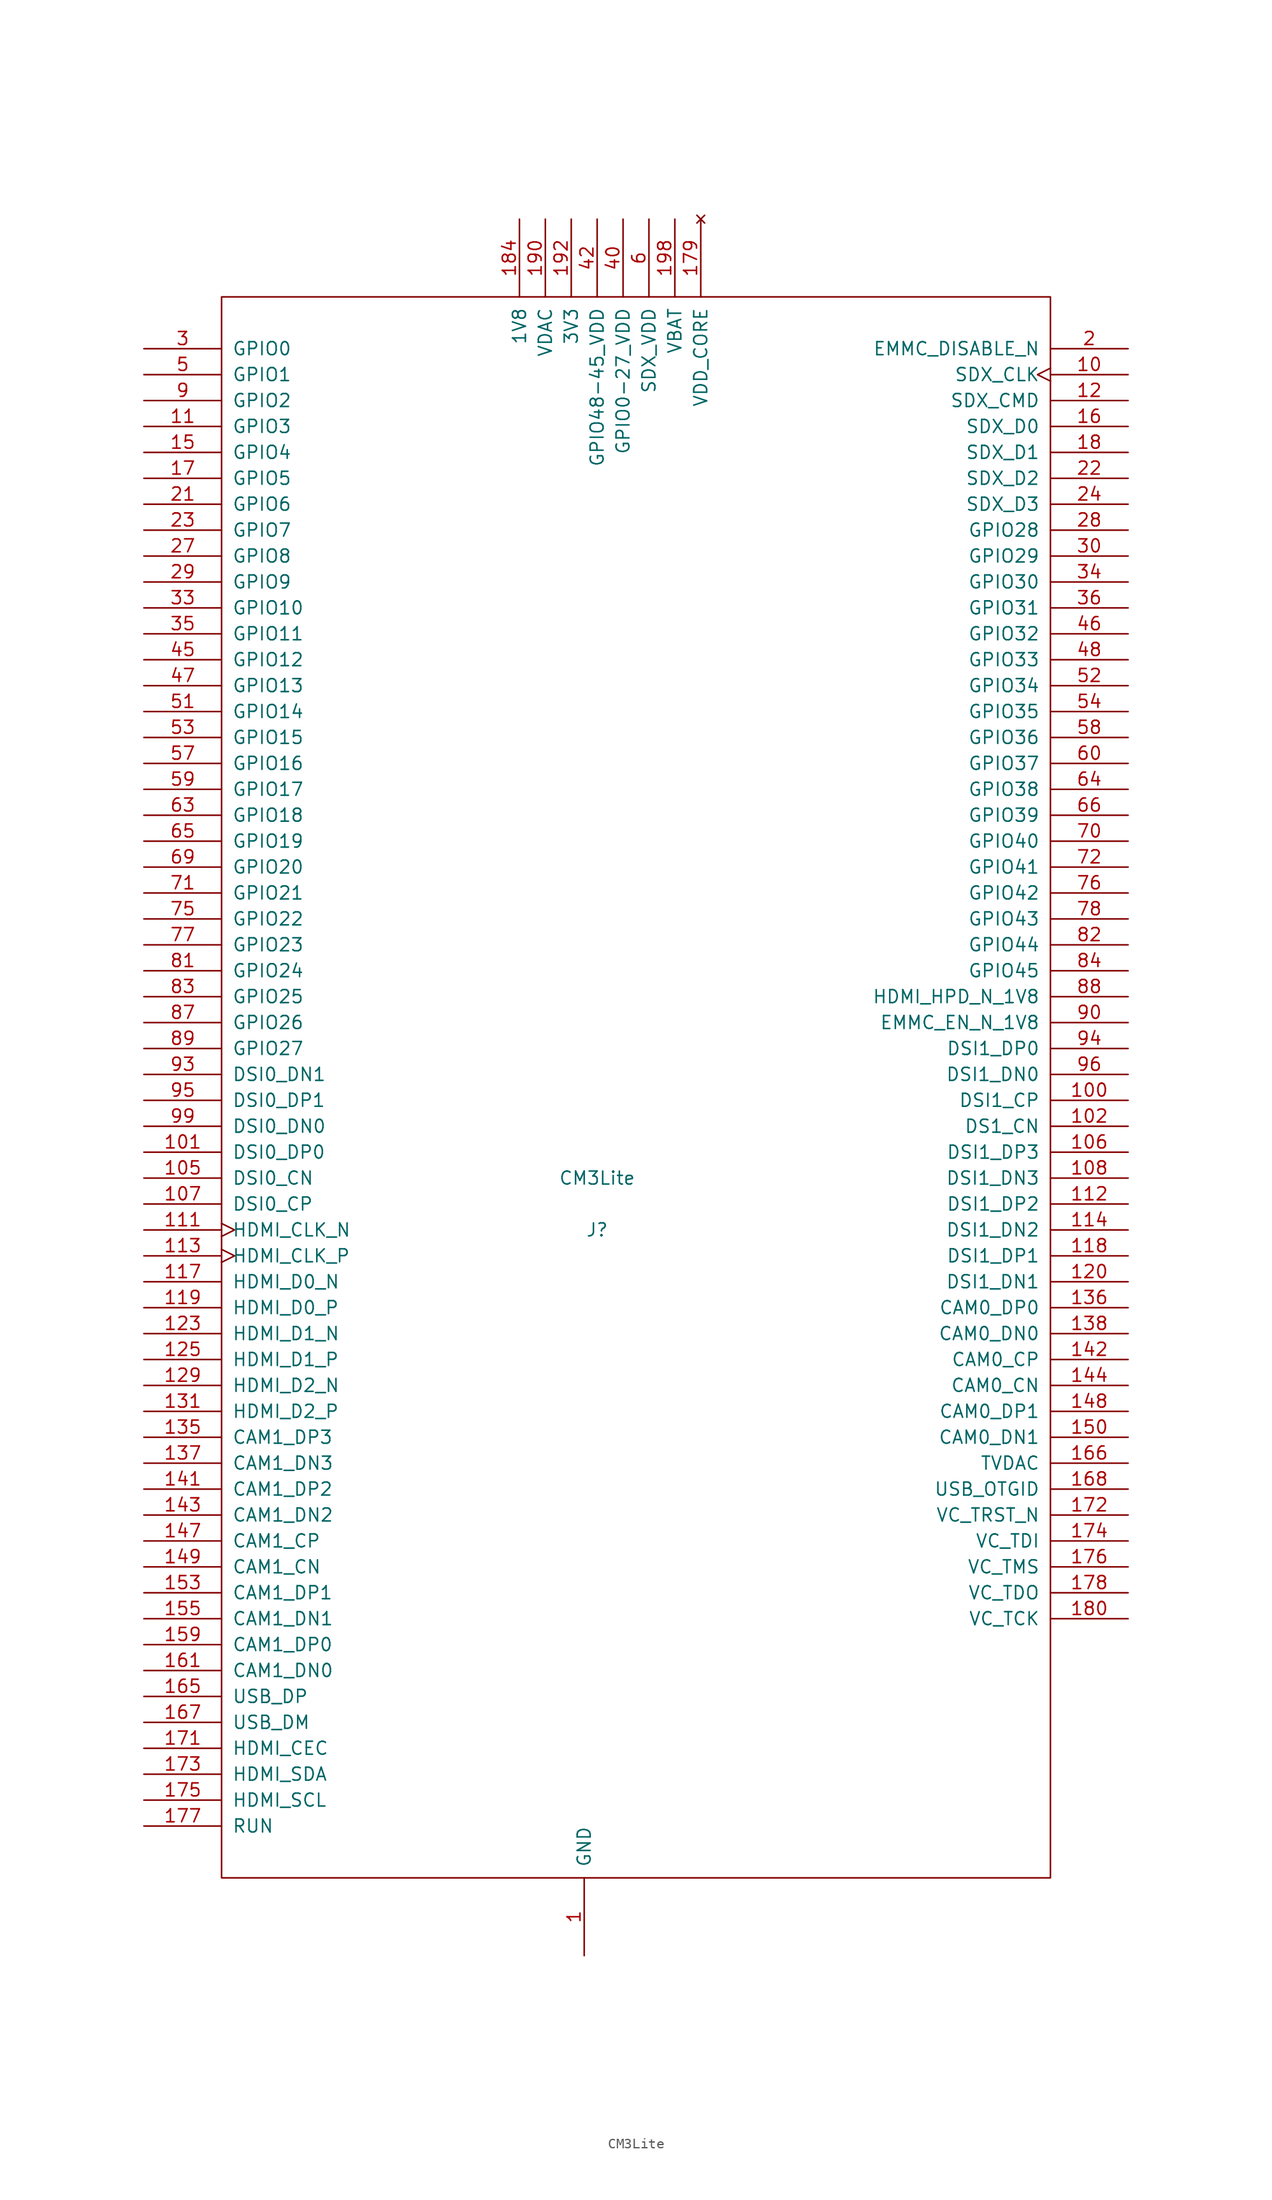
<source format=kicad_sym>
(kicad_symbol_lib
  (version 20241209)
  (generator "kicad_symbol_editor")
  (generator_version "9.0")
  (symbol "CM3Lite"
    (pin_names
      (offset 1.016))
    (property "Reference" "J"
      (at -1.27 -2.54 0)
      (effects (font (size 1.27 1.27))))
    (property "Value" "CM3Lite"
      (at -1.27 2.54 0)
      (effects (font (size 1.27 1.27))))
    (symbol "CM3Lite_1_0"
      (rectangle (start -38.1 -66.04) (end 43.18 88.9) (stroke (width 0) (type solid)) (fill (type none))))
    (symbol "CM3Lite_1_1"
      (pin input line (at -45.72 83.82 0) (length 7.62) (name "GPIO0" (effects (font (size 1.27 1.27)))) (number "3" (effects (font (size 1.27 1.27)))))
      (pin input line (at -45.72 81.28 0) (length 7.62) (name "GPIO1" (effects (font (size 1.27 1.27)))) (number "5" (effects (font (size 1.27 1.27)))))
      (pin input line (at -45.72 78.74 0) (length 7.62) (name "GPIO2" (effects (font (size 1.27 1.27)))) (number "9" (effects (font (size 1.27 1.27)))))
      (pin input line (at -45.72 76.2 0) (length 7.62) (name "GPIO3" (effects (font (size 1.27 1.27)))) (number "11" (effects (font (size 1.27 1.27)))))
      (pin input line (at -45.72 73.66 0) (length 7.62) (name "GPIO4" (effects (font (size 1.27 1.27)))) (number "15" (effects (font (size 1.27 1.27)))))
      (pin input line (at -45.72 71.12 0) (length 7.62) (name "GPIO5" (effects (font (size 1.27 1.27)))) (number "17" (effects (font (size 1.27 1.27)))))
      (pin input line (at -45.72 68.58 0) (length 7.62) (name "GPIO6" (effects (font (size 1.27 1.27)))) (number "21" (effects (font (size 1.27 1.27)))))
      (pin input line (at -45.72 66.04 0) (length 7.62) (name "GPIO7" (effects (font (size 1.27 1.27)))) (number "23" (effects (font (size 1.27 1.27)))))
      (pin input line (at -45.72 63.5 0) (length 7.62) (name "GPIO8" (effects (font (size 1.27 1.27)))) (number "27" (effects (font (size 1.27 1.27)))))
      (pin input line (at -45.72 60.96 0) (length 7.62) (name "GPIO9" (effects (font (size 1.27 1.27)))) (number "29" (effects (font (size 1.27 1.27)))))
      (pin input line (at -45.72 58.42 0) (length 7.62) (name "GPIO10" (effects (font (size 1.27 1.27)))) (number "33" (effects (font (size 1.27 1.27)))))
      (pin input line (at -45.72 55.88 0) (length 7.62) (name "GPIO11" (effects (font (size 1.27 1.27)))) (number "35" (effects (font (size 1.27 1.27)))))
      (pin input line (at -45.72 53.34 0) (length 7.62) (name "GPIO12" (effects (font (size 1.27 1.27)))) (number "45" (effects (font (size 1.27 1.27)))))
      (pin input line (at -45.72 50.8 0) (length 7.62) (name "GPIO13" (effects (font (size 1.27 1.27)))) (number "47" (effects (font (size 1.27 1.27)))))
      (pin input line (at -45.72 48.26 0) (length 7.62) (name "GPIO14" (effects (font (size 1.27 1.27)))) (number "51" (effects (font (size 1.27 1.27)))))
      (pin input line (at -45.72 45.72 0) (length 7.62) (name "GPIO15" (effects (font (size 1.27 1.27)))) (number "53" (effects (font (size 1.27 1.27)))))
      (pin input line (at -45.72 43.18 0) (length 7.62) (name "GPIO16" (effects (font (size 1.27 1.27)))) (number "57" (effects (font (size 1.27 1.27)))))
      (pin input line (at -45.72 40.64 0) (length 7.62) (name "GPIO17" (effects (font (size 1.27 1.27)))) (number "59" (effects (font (size 1.27 1.27)))))
      (pin input line (at -45.72 38.1 0) (length 7.62) (name "GPIO18" (effects (font (size 1.27 1.27)))) (number "63" (effects (font (size 1.27 1.27)))))
      (pin input line (at -45.72 35.56 0) (length 7.62) (name "GPIO19" (effects (font (size 1.27 1.27)))) (number "65" (effects (font (size 1.27 1.27)))))
      (pin input line (at -45.72 33.02 0) (length 7.62) (name "GPIO20" (effects (font (size 1.27 1.27)))) (number "69" (effects (font (size 1.27 1.27)))))
      (pin input line (at -45.72 30.48 0) (length 7.62) (name "GPIO21" (effects (font (size 1.27 1.27)))) (number "71" (effects (font (size 1.27 1.27)))))
      (pin input line (at -45.72 27.94 0) (length 7.62) (name "GPIO22" (effects (font (size 1.27 1.27)))) (number "75" (effects (font (size 1.27 1.27)))))
      (pin input line (at -45.72 25.4 0) (length 7.62) (name "GPIO23" (effects (font (size 1.27 1.27)))) (number "77" (effects (font (size 1.27 1.27)))))
      (pin input line (at -45.72 22.86 0) (length 7.62) (name "GPIO24" (effects (font (size 1.27 1.27)))) (number "81" (effects (font (size 1.27 1.27)))))
      (pin input line (at -45.72 20.32 0) (length 7.62) (name "GPIO25" (effects (font (size 1.27 1.27)))) (number "83" (effects (font (size 1.27 1.27)))))
      (pin input line (at -45.72 17.78 0) (length 7.62) (name "GPIO26" (effects (font (size 1.27 1.27)))) (number "87" (effects (font (size 1.27 1.27)))))
      (pin input line (at -45.72 15.24 0) (length 7.62) (name "GPIO27" (effects (font (size 1.27 1.27)))) (number "89" (effects (font (size 1.27 1.27)))))
      (pin input line (at -45.72 12.7 0) (length 7.62) (name "DSI0_DN1" (effects (font (size 1.27 1.27)))) (number "93" (effects (font (size 1.27 1.27)))))
      (pin input line (at -45.72 10.16 0) (length 7.62) (name "DSI0_DP1" (effects (font (size 1.27 1.27)))) (number "95" (effects (font (size 1.27 1.27)))))
      (pin input line (at -45.72 7.62 0) (length 7.62) (name "DSI0_DN0" (effects (font (size 1.27 1.27)))) (number "99" (effects (font (size 1.27 1.27)))))
      (pin input line (at -45.72 5.08 0) (length 7.62) (name "DSI0_DP0" (effects (font (size 1.27 1.27)))) (number "101" (effects (font (size 1.27 1.27)))))
      (pin input line (at -45.72 2.54 0) (length 7.62) (name "DSI0_CN" (effects (font (size 1.27 1.27)))) (number "105" (effects (font (size 1.27 1.27)))))
      (pin input line (at -45.72 0 0) (length 7.62) (name "DSI0_CP" (effects (font (size 1.27 1.27)))) (number "107" (effects (font (size 1.27 1.27)))))
      (pin input clock (at -45.72 -2.54 0) (length 7.62) (name "HDMI_CLK_N" (effects (font (size 1.27 1.27)))) (number "111" (effects (font (size 1.27 1.27)))))
      (pin input clock (at -45.72 -5.08 0) (length 7.62) (name "HDMI_CLK_P" (effects (font (size 1.27 1.27)))) (number "113" (effects (font (size 1.27 1.27)))))
      (pin input line (at -45.72 -7.62 0) (length 7.62) (name "HDMI_D0_N" (effects (font (size 1.27 1.27)))) (number "117" (effects (font (size 1.27 1.27)))))
      (pin input line (at -45.72 -10.16 0) (length 7.62) (name "HDMI_D0_P" (effects (font (size 1.27 1.27)))) (number "119" (effects (font (size 1.27 1.27)))))
      (pin input line (at -45.72 -12.7 0) (length 7.62) (name "HDMI_D1_N" (effects (font (size 1.27 1.27)))) (number "123" (effects (font (size 1.27 1.27)))))
      (pin input line (at -45.72 -15.24 0) (length 7.62) (name "HDMI_D1_P" (effects (font (size 1.27 1.27)))) (number "125" (effects (font (size 1.27 1.27)))))
      (pin input line (at -45.72 -17.78 0) (length 7.62) (name "HDMI_D2_N" (effects (font (size 1.27 1.27)))) (number "129" (effects (font (size 1.27 1.27)))))
      (pin input line (at -45.72 -20.32 0) (length 7.62) (name "HDMI_D2_P" (effects (font (size 1.27 1.27)))) (number "131" (effects (font (size 1.27 1.27)))))
      (pin input line (at -45.72 -22.86 0) (length 7.62) (name "CAM1_DP3" (effects (font (size 1.27 1.27)))) (number "135" (effects (font (size 1.27 1.27)))))
      (pin input line (at -45.72 -25.4 0) (length 7.62) (name "CAM1_DN3" (effects (font (size 1.27 1.27)))) (number "137" (effects (font (size 1.27 1.27)))))
      (pin input line (at -45.72 -27.94 0) (length 7.62) (name "CAM1_DP2" (effects (font (size 1.27 1.27)))) (number "141" (effects (font (size 1.27 1.27)))))
      (pin input line (at -45.72 -30.48 0) (length 7.62) (name "CAM1_DN2" (effects (font (size 1.27 1.27)))) (number "143" (effects (font (size 1.27 1.27)))))
      (pin input line (at -45.72 -33.02 0) (length 7.62) (name "CAM1_CP" (effects (font (size 1.27 1.27)))) (number "147" (effects (font (size 1.27 1.27)))))
      (pin input line (at -45.72 -35.56 0) (length 7.62) (name "CAM1_CN" (effects (font (size 1.27 1.27)))) (number "149" (effects (font (size 1.27 1.27)))))
      (pin input line (at -45.72 -38.1 0) (length 7.62) (name "CAM1_DP1" (effects (font (size 1.27 1.27)))) (number "153" (effects (font (size 1.27 1.27)))))
      (pin input line (at -45.72 -40.64 0) (length 7.62) (name "CAM1_DN1" (effects (font (size 1.27 1.27)))) (number "155" (effects (font (size 1.27 1.27)))))
      (pin input line (at -45.72 -43.18 0) (length 7.62) (name "CAM1_DP0" (effects (font (size 1.27 1.27)))) (number "159" (effects (font (size 1.27 1.27)))))
      (pin input line (at -45.72 -45.72 0) (length 7.62) (name "CAM1_DN0" (effects (font (size 1.27 1.27)))) (number "161" (effects (font (size 1.27 1.27)))))
      (pin input line (at -45.72 -48.26 0) (length 7.62) (name "USB_DP" (effects (font (size 1.27 1.27)))) (number "165" (effects (font (size 1.27 1.27)))))
      (pin input line (at -45.72 -50.8 0) (length 7.62) (name "USB_DM" (effects (font (size 1.27 1.27)))) (number "167" (effects (font (size 1.27 1.27)))))
      (pin input line (at -45.72 -53.34 0) (length 7.62) (name "HDMI_CEC" (effects (font (size 1.27 1.27)))) (number "171" (effects (font (size 1.27 1.27)))))
      (pin input line (at -45.72 -55.88 0) (length 7.62) (name "HDMI_SDA" (effects (font (size 1.27 1.27)))) (number "173" (effects (font (size 1.27 1.27)))))
      (pin input line (at -45.72 -58.42 0) (length 7.62) (name "HDMI_SCL" (effects (font (size 1.27 1.27)))) (number "175" (effects (font (size 1.27 1.27)))))
      (pin input line (at -45.72 -60.96 0) (length 7.62) (name "RUN" (effects (font (size 1.27 1.27)))) (number "177" (effects (font (size 1.27 1.27)))))
      (pin power_in line (at -8.89 96.52 270) (length 7.62) (hide yes) (name "1V8" (effects (font (size 1.27 1.27)))) (number "183" (effects (font (size 1.27 1.27)))))
      (pin power_in line (at -8.89 96.52 270) (length 7.62) (name "1V8" (effects (font (size 1.27 1.27)))) (number "184" (effects (font (size 1.27 1.27)))))
      (pin power_in line (at -8.89 96.52 270) (length 7.62) (hide yes) (name "1V8" (effects (font (size 1.27 1.27)))) (number "185" (effects (font (size 1.27 1.27)))))
      (pin power_in line (at -8.89 96.52 270) (length 7.62) (hide yes) (name "1V8" (effects (font (size 1.27 1.27)))) (number "186" (effects (font (size 1.27 1.27)))))
      (pin power_in line (at -6.35 96.52 270) (length 7.62) (hide yes) (name "VDAC" (effects (font (size 1.27 1.27)))) (number "189" (effects (font (size 1.27 1.27)))))
      (pin power_in line (at -6.35 96.52 270) (length 7.62) (name "VDAC" (effects (font (size 1.27 1.27)))) (number "190" (effects (font (size 1.27 1.27)))))
      (pin power_in line (at -3.81 96.52 270) (length 7.62) (hide yes) (name "3V3" (effects (font (size 1.27 1.27)))) (number "191" (effects (font (size 1.27 1.27)))))
      (pin power_in line (at -3.81 96.52 270) (length 7.62) (name "3V3" (effects (font (size 1.27 1.27)))) (number "192" (effects (font (size 1.27 1.27)))))
      (pin power_in line (at -3.81 96.52 270) (length 7.62) (hide yes) (name "3V3" (effects (font (size 1.27 1.27)))) (number "193" (effects (font (size 1.27 1.27)))))
      (pin power_in line (at -3.81 96.52 270) (length 7.62) (hide yes) (name "3V3" (effects (font (size 1.27 1.27)))) (number "194" (effects (font (size 1.27 1.27)))))
      (pin power_in line (at -2.54 -73.66 90) (length 7.62) (name "GND" (effects (font (size 1.27 1.27)))) (number "1" (effects (font (size 1.27 1.27)))))
      (pin power_in line (at -2.54 -73.66 90) (length 7.62) (hide yes) (name "GND" (effects (font (size 1.27 1.27)))) (number "103" (effects (font (size 1.27 1.27)))))
      (pin power_in line (at -2.54 -73.66 90) (length 7.62) (hide yes) (name "GND" (effects (font (size 1.27 1.27)))) (number "104" (effects (font (size 1.27 1.27)))))
      (pin power_in line (at -2.54 -73.66 90) (length 7.62) (hide yes) (name "GND" (effects (font (size 1.27 1.27)))) (number "109" (effects (font (size 1.27 1.27)))))
      (pin power_in line (at -2.54 -73.66 90) (length 7.62) (hide yes) (name "GND" (effects (font (size 1.27 1.27)))) (number "110" (effects (font (size 1.27 1.27)))))
      (pin power_in line (at -2.54 -73.66 90) (length 7.62) (hide yes) (name "GND" (effects (font (size 1.27 1.27)))) (number "115" (effects (font (size 1.27 1.27)))))
      (pin power_in line (at -2.54 -73.66 90) (length 7.62) (hide yes) (name "GND" (effects (font (size 1.27 1.27)))) (number "116" (effects (font (size 1.27 1.27)))))
      (pin power_in line (at -2.54 -73.66 90) (length 7.62) (hide yes) (name "GND" (effects (font (size 1.27 1.27)))) (number "121" (effects (font (size 1.27 1.27)))))
      (pin power_in line (at -2.54 -73.66 90) (length 7.62) (hide yes) (name "GND" (effects (font (size 1.27 1.27)))) (number "122" (effects (font (size 1.27 1.27)))))
      (pin power_in line (at -2.54 -73.66 90) (length 7.62) (hide yes) (name "GND" (effects (font (size 1.27 1.27)))) (number "127" (effects (font (size 1.27 1.27)))))
      (pin power_in line (at -2.54 -73.66 90) (length 7.62) (hide yes) (name "GND" (effects (font (size 1.27 1.27)))) (number "13" (effects (font (size 1.27 1.27)))))
      (pin power_in line (at -2.54 -73.66 90) (length 7.62) (hide yes) (name "GND" (effects (font (size 1.27 1.27)))) (number "133" (effects (font (size 1.27 1.27)))))
      (pin power_in line (at -2.54 -73.66 90) (length 7.62) (hide yes) (name "GND" (effects (font (size 1.27 1.27)))) (number "134" (effects (font (size 1.27 1.27)))))
      (pin power_in line (at -2.54 -73.66 90) (length 7.62) (hide yes) (name "GND" (effects (font (size 1.27 1.27)))) (number "139" (effects (font (size 1.27 1.27)))))
      (pin power_in line (at -2.54 -73.66 90) (length 7.62) (hide yes) (name "GND" (effects (font (size 1.27 1.27)))) (number "14" (effects (font (size 1.27 1.27)))))
      (pin power_in line (at -2.54 -73.66 90) (length 7.62) (hide yes) (name "GND" (effects (font (size 1.27 1.27)))) (number "140" (effects (font (size 1.27 1.27)))))
      (pin power_in line (at -2.54 -73.66 90) (length 7.62) (hide yes) (name "GND" (effects (font (size 1.27 1.27)))) (number "145" (effects (font (size 1.27 1.27)))))
      (pin power_in line (at -2.54 -73.66 90) (length 7.62) (hide yes) (name "GND" (effects (font (size 1.27 1.27)))) (number "146" (effects (font (size 1.27 1.27)))))
      (pin power_in line (at -2.54 -73.66 90) (length 7.62) (hide yes) (name "GND" (effects (font (size 1.27 1.27)))) (number "151" (effects (font (size 1.27 1.27)))))
      (pin power_in line (at -2.54 -73.66 90) (length 7.62) (hide yes) (name "GND" (effects (font (size 1.27 1.27)))) (number "152" (effects (font (size 1.27 1.27)))))
      (pin power_in line (at -2.54 -73.66 90) (length 7.62) (hide yes) (name "GND" (effects (font (size 1.27 1.27)))) (number "157" (effects (font (size 1.27 1.27)))))
      (pin power_in line (at -2.54 -73.66 90) (length 7.62) (hide yes) (name "GND" (effects (font (size 1.27 1.27)))) (number "163" (effects (font (size 1.27 1.27)))))
      (pin power_in line (at -2.54 -73.66 90) (length 7.62) (hide yes) (name "GND" (effects (font (size 1.27 1.27)))) (number "164" (effects (font (size 1.27 1.27)))))
      (pin power_in line (at -2.54 -73.66 90) (length 7.62) (hide yes) (name "GND" (effects (font (size 1.27 1.27)))) (number "169" (effects (font (size 1.27 1.27)))))
      (pin power_in line (at -2.54 -73.66 90) (length 7.62) (hide yes) (name "GND" (effects (font (size 1.27 1.27)))) (number "170" (effects (font (size 1.27 1.27)))))
      (pin power_in line (at -2.54 -73.66 90) (length 7.62) (hide yes) (name "GND" (effects (font (size 1.27 1.27)))) (number "181" (effects (font (size 1.27 1.27)))))
      (pin power_in line (at -2.54 -73.66 90) (length 7.62) (hide yes) (name "GND" (effects (font (size 1.27 1.27)))) (number "182" (effects (font (size 1.27 1.27)))))
      (pin power_in line (at -2.54 -73.66 90) (length 7.62) (hide yes) (name "GND" (effects (font (size 1.27 1.27)))) (number "187" (effects (font (size 1.27 1.27)))))
      (pin power_in line (at -2.54 -73.66 90) (length 7.62) (hide yes) (name "GND" (effects (font (size 1.27 1.27)))) (number "188" (effects (font (size 1.27 1.27)))))
      (pin power_in line (at -2.54 -73.66 90) (length 7.62) (hide yes) (name "GND" (effects (font (size 1.27 1.27)))) (number "19" (effects (font (size 1.27 1.27)))))
      (pin power_in line (at -2.54 -73.66 90) (length 7.62) (hide yes) (name "GND" (effects (font (size 1.27 1.27)))) (number "195" (effects (font (size 1.27 1.27)))))
      (pin power_in line (at -2.54 -73.66 90) (length 7.62) (hide yes) (name "GND" (effects (font (size 1.27 1.27)))) (number "196" (effects (font (size 1.27 1.27)))))
      (pin power_in line (at -2.54 -73.66 90) (length 7.62) (hide yes) (name "GND" (effects (font (size 1.27 1.27)))) (number "20" (effects (font (size 1.27 1.27)))))
      (pin power_in line (at -2.54 -73.66 90) (length 7.62) (hide yes) (name "GND" (effects (font (size 1.27 1.27)))) (number "25" (effects (font (size 1.27 1.27)))))
      (pin power_in line (at -2.54 -73.66 90) (length 7.62) (hide yes) (name "GND" (effects (font (size 1.27 1.27)))) (number "26" (effects (font (size 1.27 1.27)))))
      (pin power_in line (at -2.54 -73.66 90) (length 7.62) (hide yes) (name "GND" (effects (font (size 1.27 1.27)))) (number "31" (effects (font (size 1.27 1.27)))))
      (pin power_in line (at -2.54 -73.66 90) (length 7.62) (hide yes) (name "GND" (effects (font (size 1.27 1.27)))) (number "32" (effects (font (size 1.27 1.27)))))
      (pin power_in line (at -2.54 -73.66 90) (length 7.62) (hide yes) (name "GND" (effects (font (size 1.27 1.27)))) (number "37" (effects (font (size 1.27 1.27)))))
      (pin power_in line (at -2.54 -73.66 90) (length 7.62) (hide yes) (name "GND" (effects (font (size 1.27 1.27)))) (number "38" (effects (font (size 1.27 1.27)))))
      (pin power_in line (at -2.54 -73.66 90) (length 7.62) (hide yes) (name "GND" (effects (font (size 1.27 1.27)))) (number "43" (effects (font (size 1.27 1.27)))))
      (pin power_in line (at -2.54 -73.66 90) (length 7.62) (hide yes) (name "GND" (effects (font (size 1.27 1.27)))) (number "44" (effects (font (size 1.27 1.27)))))
      (pin power_in line (at -2.54 -73.66 90) (length 7.62) (hide yes) (name "GND" (effects (font (size 1.27 1.27)))) (number "49" (effects (font (size 1.27 1.27)))))
      (pin power_in line (at -2.54 -73.66 90) (length 7.62) (hide yes) (name "GND" (effects (font (size 1.27 1.27)))) (number "50" (effects (font (size 1.27 1.27)))))
      (pin power_in line (at -2.54 -73.66 90) (length 7.62) (hide yes) (name "GND" (effects (font (size 1.27 1.27)))) (number "55" (effects (font (size 1.27 1.27)))))
      (pin power_in line (at -2.54 -73.66 90) (length 7.62) (hide yes) (name "GND" (effects (font (size 1.27 1.27)))) (number "56" (effects (font (size 1.27 1.27)))))
      (pin power_in line (at -2.54 -73.66 90) (length 7.62) (hide yes) (name "GND" (effects (font (size 1.27 1.27)))) (number "61" (effects (font (size 1.27 1.27)))))
      (pin power_in line (at -2.54 -73.66 90) (length 7.62) (hide yes) (name "GND" (effects (font (size 1.27 1.27)))) (number "62" (effects (font (size 1.27 1.27)))))
      (pin power_in line (at -2.54 -73.66 90) (length 7.62) (hide yes) (name "GND" (effects (font (size 1.27 1.27)))) (number "67" (effects (font (size 1.27 1.27)))))
      (pin power_in line (at -2.54 -73.66 90) (length 7.62) (hide yes) (name "GND" (effects (font (size 1.27 1.27)))) (number "68" (effects (font (size 1.27 1.27)))))
      (pin power_in line (at -2.54 -73.66 90) (length 7.62) (hide yes) (name "GND" (effects (font (size 1.27 1.27)))) (number "7" (effects (font (size 1.27 1.27)))))
      (pin power_in line (at -2.54 -73.66 90) (length 7.62) (hide yes) (name "GND" (effects (font (size 1.27 1.27)))) (number "73" (effects (font (size 1.27 1.27)))))
      (pin power_in line (at -2.54 -73.66 90) (length 7.62) (hide yes) (name "GND" (effects (font (size 1.27 1.27)))) (number "74" (effects (font (size 1.27 1.27)))))
      (pin power_in line (at -2.54 -73.66 90) (length 7.62) (hide yes) (name "GND" (effects (font (size 1.27 1.27)))) (number "79" (effects (font (size 1.27 1.27)))))
      (pin power_in line (at -2.54 -73.66 90) (length 7.62) (hide yes) (name "GND" (effects (font (size 1.27 1.27)))) (number "8" (effects (font (size 1.27 1.27)))))
      (pin power_in line (at -2.54 -73.66 90) (length 7.62) (hide yes) (name "GND" (effects (font (size 1.27 1.27)))) (number "80" (effects (font (size 1.27 1.27)))))
      (pin power_in line (at -2.54 -73.66 90) (length 7.62) (hide yes) (name "GND" (effects (font (size 1.27 1.27)))) (number "85" (effects (font (size 1.27 1.27)))))
      (pin power_in line (at -2.54 -73.66 90) (length 7.62) (hide yes) (name "GND" (effects (font (size 1.27 1.27)))) (number "86" (effects (font (size 1.27 1.27)))))
      (pin power_in line (at -2.54 -73.66 90) (length 7.62) (hide yes) (name "GND" (effects (font (size 1.27 1.27)))) (number "91" (effects (font (size 1.27 1.27)))))
      (pin power_in line (at -2.54 -73.66 90) (length 7.62) (hide yes) (name "GND" (effects (font (size 1.27 1.27)))) (number "92" (effects (font (size 1.27 1.27)))))
      (pin power_in line (at -2.54 -73.66 90) (length 7.62) (hide yes) (name "GND" (effects (font (size 1.27 1.27)))) (number "97" (effects (font (size 1.27 1.27)))))
      (pin power_in line (at -2.54 -73.66 90) (length 7.62) (hide yes) (name "GND" (effects (font (size 1.27 1.27)))) (number "98" (effects (font (size 1.27 1.27)))))
      (pin power_in line (at -1.27 96.52 270) (length 7.62) (hide yes) (name "GPIO48-45_VDD" (effects (font (size 1.27 1.27)))) (number "41" (effects (font (size 1.27 1.27)))))
      (pin power_in line (at -1.27 96.52 270) (length 7.62) (name "GPIO48-45_VDD" (effects (font (size 1.27 1.27)))) (number "42" (effects (font (size 1.27 1.27)))))
      (pin power_in line (at 1.27 96.52 270) (length 7.62) (hide yes) (name "GPIO0-27_VDD" (effects (font (size 1.27 1.27)))) (number "39" (effects (font (size 1.27 1.27)))))
      (pin power_in line (at 1.27 96.52 270) (length 7.62) (hide yes) (name "SDX_VDD" (effects (font (size 1.27 1.27)))) (number "4" (effects (font (size 1.27 1.27)))))
      (pin power_in line (at 1.27 96.52 270) (length 7.62) (name "GPIO0-27_VDD" (effects (font (size 1.27 1.27)))) (number "40" (effects (font (size 1.27 1.27)))))
      (pin power_in line (at 3.81 96.52 270) (length 7.62) (name "SDX_VDD" (effects (font (size 1.27 1.27)))) (number "6" (effects (font (size 1.27 1.27)))))
      (pin power_in line (at 6.35 96.52 270) (length 7.62) (hide yes) (name "VBAT" (effects (font (size 1.27 1.27)))) (number "197" (effects (font (size 1.27 1.27)))))
      (pin power_in line (at 6.35 96.52 270) (length 7.62) (name "VBAT" (effects (font (size 1.27 1.27)))) (number "198" (effects (font (size 1.27 1.27)))))
      (pin power_in line (at 6.35 96.52 270) (length 7.62) (hide yes) (name "VBAT" (effects (font (size 1.27 1.27)))) (number "199" (effects (font (size 1.27 1.27)))))
      (pin power_in line (at 6.35 96.52 270) (length 7.62) (hide yes) (name "VBAT" (effects (font (size 1.27 1.27)))) (number "200" (effects (font (size 1.27 1.27)))))
      (pin no_connect line (at 8.89 96.52 270) (length 7.62) (name "VDD_CORE" (effects (font (size 1.27 1.27)))) (number "179" (effects (font (size 1.27 1.27)))))
      (pin no_connect line (at 13.97 -73.66 90) (length 7.62) (hide yes) (name "NC" (effects (font (size 1.27 1.27)))) (number "162" (effects (font (size 1.27 1.27)))))
      (pin no_connect line (at 16.51 -73.66 90) (length 7.62) (hide yes) (name "NC" (effects (font (size 1.27 1.27)))) (number "160" (effects (font (size 1.27 1.27)))))
      (pin no_connect line (at 19.05 -73.66 90) (length 7.62) (hide yes) (name "NC" (effects (font (size 1.27 1.27)))) (number "158" (effects (font (size 1.27 1.27)))))
      (pin no_connect line (at 21.59 -73.66 90) (length 7.62) (hide yes) (name "NC" (effects (font (size 1.27 1.27)))) (number "156" (effects (font (size 1.27 1.27)))))
      (pin no_connect line (at 24.13 -73.66 90) (length 7.62) (hide yes) (name "NC" (effects (font (size 1.27 1.27)))) (number "154" (effects (font (size 1.27 1.27)))))
      (pin no_connect line (at 26.67 -73.66 90) (length 7.62) (hide yes) (name "NC" (effects (font (size 1.27 1.27)))) (number "132" (effects (font (size 1.27 1.27)))))
      (pin no_connect line (at 29.21 -73.66 90) (length 7.62) (hide yes) (name "NC" (effects (font (size 1.27 1.27)))) (number "130" (effects (font (size 1.27 1.27)))))
      (pin no_connect line (at 31.75 -73.66 90) (length 7.62) (hide yes) (name "NC" (effects (font (size 1.27 1.27)))) (number "128" (effects (font (size 1.27 1.27)))))
      (pin no_connect line (at 34.29 -73.66 90) (length 7.62) (hide yes) (name "NC" (effects (font (size 1.27 1.27)))) (number "126" (effects (font (size 1.27 1.27)))))
      (pin no_connect line (at 36.83 -73.66 90) (length 7.62) (hide yes) (name "NC" (effects (font (size 1.27 1.27)))) (number "124" (effects (font (size 1.27 1.27)))))
      (pin input line (at 50.8 83.82 180) (length 7.62) (name "EMMC_DISABLE_N" (effects (font (size 1.27 1.27)))) (number "2" (effects (font (size 1.27 1.27)))))
      (pin input clock (at 50.8 81.28 180) (length 7.62) (name "SDX_CLK" (effects (font (size 1.27 1.27)))) (number "10" (effects (font (size 1.27 1.27)))))
      (pin input line (at 50.8 78.74 180) (length 7.62) (name "SDX_CMD" (effects (font (size 1.27 1.27)))) (number "12" (effects (font (size 1.27 1.27)))))
      (pin input line (at 50.8 76.2 180) (length 7.62) (name "SDX_D0" (effects (font (size 1.27 1.27)))) (number "16" (effects (font (size 1.27 1.27)))))
      (pin input line (at 50.8 73.66 180) (length 7.62) (name "SDX_D1" (effects (font (size 1.27 1.27)))) (number "18" (effects (font (size 1.27 1.27)))))
      (pin input line (at 50.8 71.12 180) (length 7.62) (name "SDX_D2" (effects (font (size 1.27 1.27)))) (number "22" (effects (font (size 1.27 1.27)))))
      (pin input line (at 50.8 68.58 180) (length 7.62) (name "SDX_D3" (effects (font (size 1.27 1.27)))) (number "24" (effects (font (size 1.27 1.27)))))
      (pin input line (at 50.8 66.04 180) (length 7.62) (name "GPIO28" (effects (font (size 1.27 1.27)))) (number "28" (effects (font (size 1.27 1.27)))))
      (pin input line (at 50.8 63.5 180) (length 7.62) (name "GPIO29" (effects (font (size 1.27 1.27)))) (number "30" (effects (font (size 1.27 1.27)))))
      (pin input line (at 50.8 60.96 180) (length 7.62) (name "GPIO30" (effects (font (size 1.27 1.27)))) (number "34" (effects (font (size 1.27 1.27)))))
      (pin input line (at 50.8 58.42 180) (length 7.62) (name "GPIO31" (effects (font (size 1.27 1.27)))) (number "36" (effects (font (size 1.27 1.27)))))
      (pin input line (at 50.8 55.88 180) (length 7.62) (name "GPIO32" (effects (font (size 1.27 1.27)))) (number "46" (effects (font (size 1.27 1.27)))))
      (pin input line (at 50.8 53.34 180) (length 7.62) (name "GPIO33" (effects (font (size 1.27 1.27)))) (number "48" (effects (font (size 1.27 1.27)))))
      (pin input line (at 50.8 50.8 180) (length 7.62) (name "GPIO34" (effects (font (size 1.27 1.27)))) (number "52" (effects (font (size 1.27 1.27)))))
      (pin input line (at 50.8 48.26 180) (length 7.62) (name "GPIO35" (effects (font (size 1.27 1.27)))) (number "54" (effects (font (size 1.27 1.27)))))
      (pin input line (at 50.8 45.72 180) (length 7.62) (name "GPIO36" (effects (font (size 1.27 1.27)))) (number "58" (effects (font (size 1.27 1.27)))))
      (pin input line (at 50.8 43.18 180) (length 7.62) (name "GPIO37" (effects (font (size 1.27 1.27)))) (number "60" (effects (font (size 1.27 1.27)))))
      (pin input line (at 50.8 40.64 180) (length 7.62) (name "GPIO38" (effects (font (size 1.27 1.27)))) (number "64" (effects (font (size 1.27 1.27)))))
      (pin input line (at 50.8 38.1 180) (length 7.62) (name "GPIO39" (effects (font (size 1.27 1.27)))) (number "66" (effects (font (size 1.27 1.27)))))
      (pin input line (at 50.8 35.56 180) (length 7.62) (name "GPIO40" (effects (font (size 1.27 1.27)))) (number "70" (effects (font (size 1.27 1.27)))))
      (pin input line (at 50.8 33.02 180) (length 7.62) (name "GPIO41" (effects (font (size 1.27 1.27)))) (number "72" (effects (font (size 1.27 1.27)))))
      (pin input line (at 50.8 30.48 180) (length 7.62) (name "GPIO42" (effects (font (size 1.27 1.27)))) (number "76" (effects (font (size 1.27 1.27)))))
      (pin input line (at 50.8 27.94 180) (length 7.62) (name "GPIO43" (effects (font (size 1.27 1.27)))) (number "78" (effects (font (size 1.27 1.27)))))
      (pin input line (at 50.8 25.4 180) (length 7.62) (name "GPIO44" (effects (font (size 1.27 1.27)))) (number "82" (effects (font (size 1.27 1.27)))))
      (pin input line (at 50.8 22.86 180) (length 7.62) (name "GPIO45" (effects (font (size 1.27 1.27)))) (number "84" (effects (font (size 1.27 1.27)))))
      (pin input line (at 50.8 20.32 180) (length 7.62) (name "HDMI_HPD_N_1V8" (effects (font (size 1.27 1.27)))) (number "88" (effects (font (size 1.27 1.27)))))
      (pin input line (at 50.8 17.78 180) (length 7.62) (name "EMMC_EN_N_1V8" (effects (font (size 1.27 1.27)))) (number "90" (effects (font (size 1.27 1.27)))))
      (pin input line (at 50.8 15.24 180) (length 7.62) (name "DSI1_DP0" (effects (font (size 1.27 1.27)))) (number "94" (effects (font (size 1.27 1.27)))))
      (pin input line (at 50.8 12.7 180) (length 7.62) (name "DSI1_DN0" (effects (font (size 1.27 1.27)))) (number "96" (effects (font (size 1.27 1.27)))))
      (pin input line (at 50.8 10.16 180) (length 7.62) (name "DSI1_CP" (effects (font (size 1.27 1.27)))) (number "100" (effects (font (size 1.27 1.27)))))
      (pin input line (at 50.8 7.62 180) (length 7.62) (name "DS1_CN" (effects (font (size 1.27 1.27)))) (number "102" (effects (font (size 1.27 1.27)))))
      (pin input line (at 50.8 5.08 180) (length 7.62) (name "DSI1_DP3" (effects (font (size 1.27 1.27)))) (number "106" (effects (font (size 1.27 1.27)))))
      (pin input line (at 50.8 2.54 180) (length 7.62) (name "DSI1_DN3" (effects (font (size 1.27 1.27)))) (number "108" (effects (font (size 1.27 1.27)))))
      (pin input line (at 50.8 0 180) (length 7.62) (name "DSI1_DP2" (effects (font (size 1.27 1.27)))) (number "112" (effects (font (size 1.27 1.27)))))
      (pin input line (at 50.8 -2.54 180) (length 7.62) (name "DSI1_DN2" (effects (font (size 1.27 1.27)))) (number "114" (effects (font (size 1.27 1.27)))))
      (pin input line (at 50.8 -5.08 180) (length 7.62) (name "DSI1_DP1" (effects (font (size 1.27 1.27)))) (number "118" (effects (font (size 1.27 1.27)))))
      (pin input line (at 50.8 -7.62 180) (length 7.62) (name "DSI1_DN1" (effects (font (size 1.27 1.27)))) (number "120" (effects (font (size 1.27 1.27)))))
      (pin input line (at 50.8 -10.16 180) (length 7.62) (name "CAM0_DP0" (effects (font (size 1.27 1.27)))) (number "136" (effects (font (size 1.27 1.27)))))
      (pin input line (at 50.8 -12.7 180) (length 7.62) (name "CAM0_DN0" (effects (font (size 1.27 1.27)))) (number "138" (effects (font (size 1.27 1.27)))))
      (pin input line (at 50.8 -15.24 180) (length 7.62) (name "CAM0_CP" (effects (font (size 1.27 1.27)))) (number "142" (effects (font (size 1.27 1.27)))))
      (pin input line (at 50.8 -17.78 180) (length 7.62) (name "CAM0_CN" (effects (font (size 1.27 1.27)))) (number "144" (effects (font (size 1.27 1.27)))))
      (pin input line (at 50.8 -20.32 180) (length 7.62) (name "CAM0_DP1" (effects (font (size 1.27 1.27)))) (number "148" (effects (font (size 1.27 1.27)))))
      (pin input line (at 50.8 -22.86 180) (length 7.62) (name "CAM0_DN1" (effects (font (size 1.27 1.27)))) (number "150" (effects (font (size 1.27 1.27)))))
      (pin input line (at 50.8 -25.4 180) (length 7.62) (name "TVDAC" (effects (font (size 1.27 1.27)))) (number "166" (effects (font (size 1.27 1.27)))))
      (pin input line (at 50.8 -27.94 180) (length 7.62) (name "USB_OTGID" (effects (font (size 1.27 1.27)))) (number "168" (effects (font (size 1.27 1.27)))))
      (pin input line (at 50.8 -30.48 180) (length 7.62) (name "VC_TRST_N" (effects (font (size 1.27 1.27)))) (number "172" (effects (font (size 1.27 1.27)))))
      (pin input line (at 50.8 -33.02 180) (length 7.62) (name "VC_TDI" (effects (font (size 1.27 1.27)))) (number "174" (effects (font (size 1.27 1.27)))))
      (pin input line (at 50.8 -35.56 180) (length 7.62) (name "VC_TMS" (effects (font (size 1.27 1.27)))) (number "176" (effects (font (size 1.27 1.27)))))
      (pin input line (at 50.8 -38.1 180) (length 7.62) (name "VC_TDO" (effects (font (size 1.27 1.27)))) (number "178" (effects (font (size 1.27 1.27)))))
      (pin input line (at 50.8 -40.64 180) (length 7.62) (name "VC_TCK" (effects (font (size 1.27 1.27)))) (number "180" (effects (font (size 1.27 1.27))))))))
</source>
